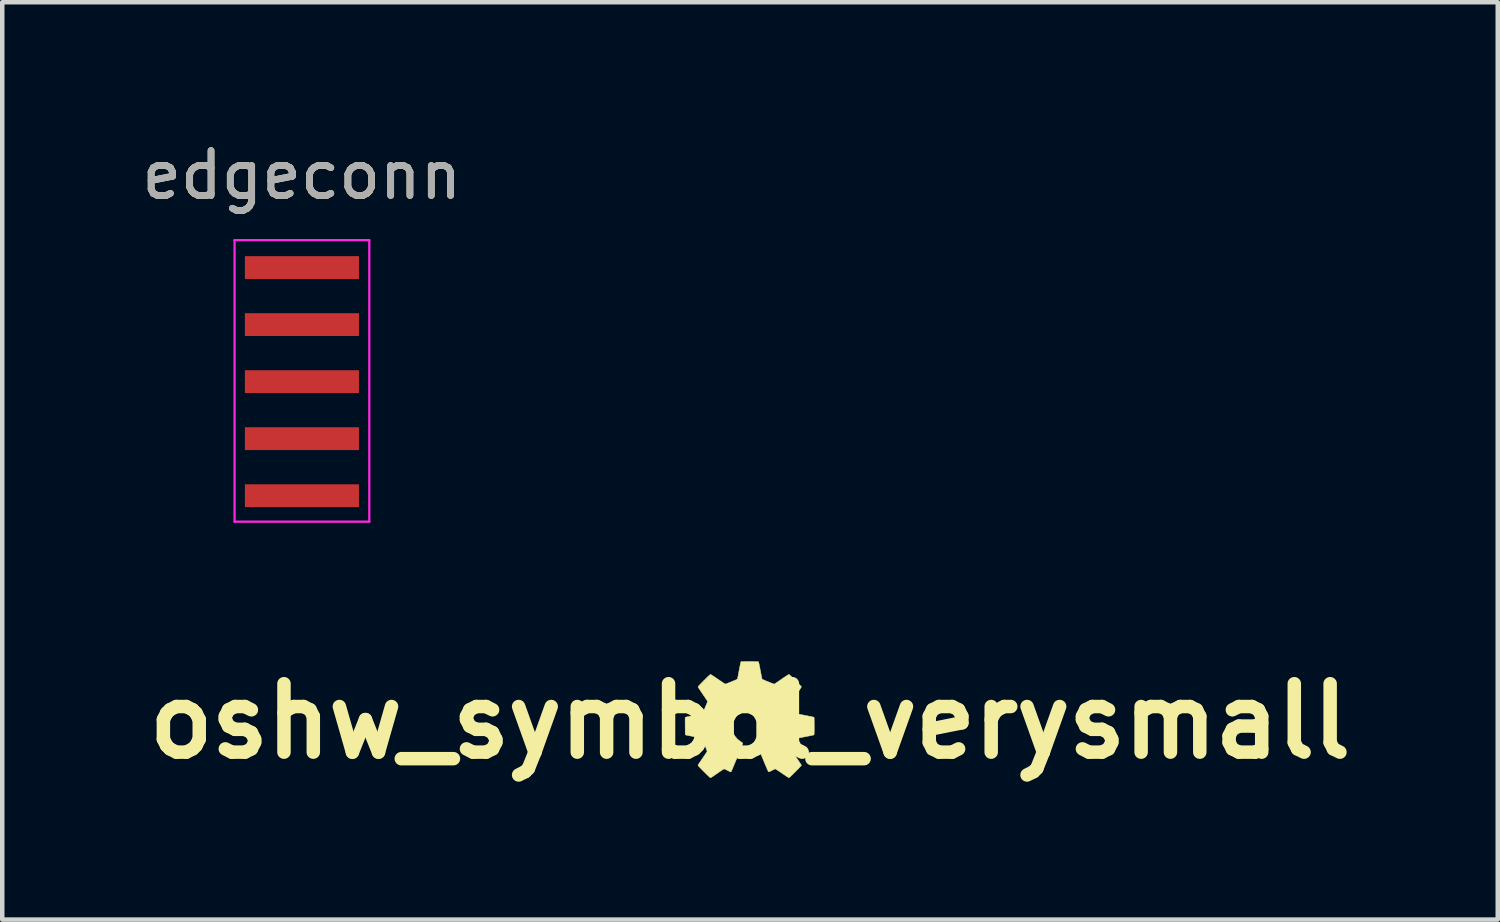
<source format=kicad_pcb>
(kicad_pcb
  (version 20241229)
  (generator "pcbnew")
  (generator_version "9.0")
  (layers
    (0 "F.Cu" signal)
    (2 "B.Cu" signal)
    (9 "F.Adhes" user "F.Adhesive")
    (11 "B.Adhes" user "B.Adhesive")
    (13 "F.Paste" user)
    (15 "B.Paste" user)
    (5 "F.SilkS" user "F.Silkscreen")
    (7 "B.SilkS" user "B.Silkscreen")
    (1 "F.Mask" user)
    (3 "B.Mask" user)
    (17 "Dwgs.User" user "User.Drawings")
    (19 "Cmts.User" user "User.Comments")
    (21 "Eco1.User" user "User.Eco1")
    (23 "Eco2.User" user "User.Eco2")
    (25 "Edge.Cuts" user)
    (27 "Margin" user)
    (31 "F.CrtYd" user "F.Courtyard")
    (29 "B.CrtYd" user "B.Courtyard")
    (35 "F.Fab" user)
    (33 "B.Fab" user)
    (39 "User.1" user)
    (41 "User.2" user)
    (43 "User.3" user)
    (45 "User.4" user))
  (footprint "oshw_symbol_verysmall"
    (layer "F.Cu")
    (at 13.651 13.009)
    (property "Reference" "oshw_symbol_verysmall" (at 0 0 0) (layer "F.SilkS") (effects (font (size 1.524 1.524) (thickness 0.3))))
    (attr through_hole)
    (fp_poly (pts (xy 0.034 -1.328) (xy 0.073 -1.328) (xy 0.109 -1.327) (xy 0.139 -1.327) (xy 0.163 -1.326) (xy 0.179 -1.325) (xy 0.187 -1.324) (xy 0.188 -1.324) (xy 0.19 -1.318) (xy 0.194 -1.304) (xy 0.2 -1.281) (xy 0.206 -1.25) (xy 0.214 -1.213) (xy 0.222 -1.17) (xy 0.23 -1.13) (xy 0.238 -1.088) (xy 0.245 -1.049) (xy 0.252 -1.015) (xy 0.258 -0.985) (xy 0.263 -0.961) (xy 0.267 -0.945) (xy 0.269 -0.936) (xy 0.27 -0.935) (xy 0.276 -0.932) (xy 0.289 -0.926) (xy 0.309 -0.917) (xy 0.333 -0.907) (xy 0.361 -0.895) (xy 0.391 -0.883) (xy 0.421 -0.871) (xy 0.451 -0.859) (xy 0.478 -0.848) (xy 0.502 -0.839) (xy 0.522 -0.832) (xy 0.535 -0.827) (xy 0.541 -0.826) (xy 0.541 -0.826) (xy 0.546 -0.829) (xy 0.558 -0.837) (xy 0.576 -0.849) (xy 0.6 -0.865) (xy 0.628 -0.884) (xy 0.659 -0.906) (xy 0.694 -0.929) (xy 0.702 -0.935) (xy 0.737 -0.959) (xy 0.769 -0.981) (xy 0.798 -1) (xy 0.824 -1.017) (xy 0.844 -1.03) (xy 0.858 -1.038) (xy 0.866 -1.042) (xy 0.866 -1.042) (xy 0.872 -1.039) (xy 0.883 -1.029) (xy 0.899 -1.015) (xy 0.919 -0.996) (xy 0.943 -0.974) (xy 0.968 -0.949) (xy 0.995 -0.922) (xy 1.021 -0.895) (xy 1.048 -0.869) (xy 1.073 -0.843) (xy 1.095 -0.82) (xy 1.115 -0.799) (xy 1.13 -0.783) (xy 1.14 -0.771) (xy 1.144 -0.765) (xy 1.144 -0.764) (xy 1.141 -0.759) (xy 1.134 -0.746) (xy 1.122 -0.727) (xy 1.106 -0.703) (xy 1.087 -0.674) (xy 1.066 -0.643) (xy 1.043 -0.609) (xy 1.042 -0.607) (xy 1.018 -0.573) (xy 0.997 -0.541) (xy 0.977 -0.512) (xy 0.96 -0.488) (xy 0.947 -0.468) (xy 0.939 -0.455) (xy 0.935 -0.448) (xy 0.935 -0.448) (xy 0.934 -0.443) (xy 0.935 -0.436) (xy 0.938 -0.425) (xy 0.944 -0.408) (xy 0.952 -0.387) (xy 0.964 -0.358) (xy 0.979 -0.322) (xy 0.987 -0.303) (xy 1.003 -0.267) (xy 1.017 -0.235) (xy 1.03 -0.208) (xy 1.04 -0.186) (xy 1.048 -0.172) (xy 1.053 -0.165) (xy 1.053 -0.164) (xy 1.06 -0.162) (xy 1.075 -0.159) (xy 1.097 -0.154) (xy 1.125 -0.148) (xy 1.159 -0.142) (xy 1.197 -0.135) (xy 1.237 -0.127) (xy 1.242 -0.126) (xy 1.288 -0.117) (xy 1.329 -0.109) (xy 1.364 -0.102) (xy 1.391 -0.096) (xy 1.411 -0.091) (xy 1.423 -0.088) (xy 1.426 -0.086) (xy 1.427 -0.08) (xy 1.428 -0.065) (xy 1.428 -0.043) (xy 1.429 -0.015) (xy 1.429 0.019) (xy 1.43 0.058) (xy 1.43 0.099) (xy 1.43 0.11) (xy 1.43 0.159) (xy 1.43 0.199) (xy 1.429 0.231) (xy 1.429 0.257) (xy 1.428 0.276) (xy 1.427 0.289) (xy 1.426 0.298) (xy 1.425 0.303) (xy 1.423 0.305) (xy 1.417 0.307) (xy 1.402 0.311) (xy 1.38 0.316) (xy 1.352 0.322) (xy 1.319 0.328) (xy 1.282 0.335) (xy 1.243 0.343) (xy 1.199 0.351) (xy 1.159 0.359) (xy 1.125 0.366) (xy 1.097 0.372) (xy 1.077 0.377) (xy 1.064 0.38) (xy 1.061 0.382) (xy 1.057 0.388) (xy 1.05 0.402) (xy 1.041 0.422) (xy 1.03 0.447) (xy 1.018 0.475) (xy 1.006 0.506) (xy 0.993 0.538) (xy 0.98 0.569) (xy 0.969 0.599) (xy 0.959 0.626) (xy 0.951 0.648) (xy 0.945 0.665) (xy 0.942 0.675) (xy 0.942 0.676) (xy 0.945 0.682) (xy 0.953 0.694) (xy 0.966 0.712) (xy 0.982 0.736) (xy 1.001 0.764) (xy 1.022 0.795) (xy 1.044 0.828) (xy 1.067 0.861) (xy 1.088 0.893) (xy 1.107 0.921) (xy 1.122 0.945) (xy 1.134 0.964) (xy 1.141 0.977) (xy 1.144 0.982) (xy 1.141 0.988) (xy 1.131 0.999) (xy 1.117 1.015) (xy 1.098 1.035) (xy 1.076 1.058) (xy 1.051 1.084) (xy 1.025 1.11) (xy 0.998 1.137) (xy 0.971 1.164) (xy 0.946 1.189) (xy 0.922 1.212) (xy 0.902 1.231) (xy 0.885 1.246) (xy 0.873 1.256) (xy 0.867 1.26) (xy 0.867 1.26) (xy 0.861 1.258) (xy 0.849 1.25) (xy 0.83 1.238) (xy 0.806 1.223) (xy 0.778 1.204) (xy 0.747 1.183) (xy 0.715 1.161) (xy 0.681 1.138) (xy 0.65 1.117) (xy 0.622 1.099) (xy 0.598 1.083) (xy 0.58 1.071) (xy 0.567 1.064) (xy 0.562 1.062) (xy 0.555 1.064) (xy 0.541 1.07) (xy 0.522 1.079) (xy 0.5 1.09) (xy 0.49 1.096) (xy 0.465 1.108) (xy 0.444 1.119) (xy 0.427 1.126) (xy 0.417 1.128) (xy 0.416 1.129) (xy 0.413 1.127) (xy 0.41 1.123) (xy 0.406 1.117) (xy 0.4 1.106) (xy 0.393 1.092) (xy 0.385 1.073) (xy 0.374 1.048) (xy 0.361 1.017) (xy 0.345 0.98) (xy 0.326 0.936) (xy 0.305 0.884) (xy 0.28 0.824) (xy 0.275 0.813) (xy 0.254 0.761) (xy 0.234 0.711) (xy 0.215 0.665) (xy 0.198 0.622) (xy 0.183 0.584) (xy 0.17 0.552) (xy 0.16 0.526) (xy 0.153 0.507) (xy 0.149 0.495) (xy 0.148 0.492) (xy 0.153 0.486) (xy 0.165 0.477) (xy 0.18 0.465) (xy 0.196 0.454) (xy 0.236 0.424) (xy 0.269 0.396) (xy 0.296 0.368) (xy 0.319 0.338) (xy 0.34 0.304) (xy 0.35 0.284) (xy 0.373 0.228) (xy 0.386 0.171) (xy 0.391 0.112) (xy 0.387 0.054) (xy 0.374 -0.003) (xy 0.353 -0.058) (xy 0.323 -0.11) (xy 0.285 -0.158) (xy 0.282 -0.161) (xy 0.237 -0.203) (xy 0.186 -0.236) (xy 0.129 -0.263) (xy 0.102 -0.272) (xy 0.086 -0.277) (xy 0.071 -0.28) (xy 0.054 -0.282) (xy 0.034 -0.283) (xy 0.007 -0.284) (xy -0.007 -0.284) (xy -0.037 -0.283) (xy -0.06 -0.283) (xy -0.078 -0.281) (xy -0.094 -0.278) (xy -0.109 -0.274) (xy -0.116 -0.272) (xy -0.175 -0.249) (xy -0.229 -0.218) (xy -0.277 -0.18) (xy -0.318 -0.135) (xy -0.352 -0.083) (xy -0.361 -0.065) (xy -0.381 -0.021) (xy -0.394 0.022) (xy -0.401 0.065) (xy -0.403 0.111) (xy -0.398 0.174) (xy -0.385 0.233) (xy -0.362 0.289) (xy -0.331 0.34) (xy -0.292 0.386) (xy -0.275 0.403) (xy -0.252 0.421) (xy -0.227 0.441) (xy -0.203 0.458) (xy -0.183 0.472) (xy -0.18 0.473) (xy -0.169 0.482) (xy -0.162 0.491) (xy -0.162 0.492) (xy -0.163 0.498) (xy -0.168 0.513) (xy -0.177 0.536) (xy -0.188 0.566) (xy -0.203 0.603) (xy -0.221 0.647) (xy -0.241 0.697) (xy -0.263 0.752) (xy -0.286 0.806) (xy -0.307 0.858) (xy -0.328 0.907) (xy -0.347 0.953) (xy -0.364 0.995) (xy -0.38 1.032) (xy -0.393 1.063) (xy -0.404 1.089) (xy -0.411 1.107) (xy -0.416 1.118) (xy -0.417 1.12) (xy -0.425 1.128) (xy -0.431 1.129) (xy -0.439 1.127) (xy -0.453 1.121) (xy -0.472 1.112) (xy -0.494 1.101) (xy -0.504 1.095) (xy -0.533 1.08) (xy -0.555 1.07) (xy -0.571 1.064) (xy -0.579 1.063) (xy -0.585 1.066) (xy -0.599 1.074) (xy -0.618 1.086) (xy -0.641 1.101) (xy -0.667 1.119) (xy -0.683 1.13) (xy -0.728 1.161) (xy -0.766 1.187) (xy -0.797 1.208) (xy -0.821 1.225) (xy -0.841 1.238) (xy -0.856 1.247) (xy -0.867 1.254) (xy -0.874 1.258) (xy -0.879 1.26) (xy -0.881 1.26) (xy -0.886 1.257) (xy -0.898 1.248) (xy -0.914 1.233) (xy -0.935 1.213) (xy -0.959 1.19) (xy -0.986 1.163) (xy -1.016 1.134) (xy -1.021 1.128) (xy -1.051 1.099) (xy -1.078 1.071) (xy -1.103 1.046) (xy -1.124 1.024) (xy -1.14 1.007) (xy -1.151 0.995) (xy -1.156 0.988) (xy -1.156 0.988) (xy -1.157 0.985) (xy -1.158 0.982) (xy -1.157 0.978) (xy -1.155 0.973) (xy -1.15 0.965) (xy -1.143 0.954) (xy -1.134 0.939) (xy -1.12 0.919) (xy -1.103 0.894) (xy -1.081 0.862) (xy -1.055 0.823) (xy -1.052 0.82) (xy -1.03 0.787) (xy -1.009 0.756) (xy -0.991 0.729) (xy -0.976 0.705) (xy -0.964 0.688) (xy -0.957 0.676) (xy -0.955 0.671) (xy -0.957 0.665) (xy -0.962 0.651) (xy -0.969 0.63) (xy -0.979 0.604) (xy -0.991 0.574) (xy -1.005 0.54) (xy -1.011 0.523) (xy -1.028 0.481) (xy -1.042 0.447) (xy -1.053 0.421) (xy -1.062 0.402) (xy -1.069 0.389) (xy -1.074 0.381) (xy -1.078 0.378) (xy -1.085 0.376) (xy -1.1 0.373) (xy -1.123 0.368) (xy -1.152 0.362) (xy -1.185 0.356) (xy -1.223 0.349) (xy -1.26 0.342) (xy -1.3 0.334) (xy -1.336 0.327) (xy -1.369 0.321) (xy -1.397 0.315) (xy -1.418 0.31) (xy -1.432 0.307) (xy -1.438 0.305) (xy -1.44 0.302) (xy -1.441 0.295) (xy -1.442 0.284) (xy -1.443 0.269) (xy -1.444 0.247) (xy -1.444 0.218) (xy -1.444 0.182) (xy -1.444 0.137) (xy -1.445 0.109) (xy -1.445 -0.082) (xy -1.434 -0.089) (xy -1.426 -0.091) (xy -1.411 -0.095) (xy -1.388 -0.1) (xy -1.359 -0.106) (xy -1.325 -0.113) (xy -1.287 -0.12) (xy -1.247 -0.128) (xy -1.246 -0.128) (xy -1.205 -0.136) (xy -1.168 -0.143) (xy -1.135 -0.15) (xy -1.106 -0.155) (xy -1.084 -0.16) (xy -1.069 -0.164) (xy -1.063 -0.166) (xy -1.063 -0.167) (xy -1.059 -0.172) (xy -1.053 -0.186) (xy -1.043 -0.206) (xy -1.032 -0.23) (xy -1.02 -0.258) (xy -1.007 -0.288) (xy -0.994 -0.319) (xy -0.981 -0.349) (xy -0.969 -0.377) (xy -0.959 -0.401) (xy -0.952 -0.421) (xy -0.947 -0.434) (xy -0.945 -0.44) (xy -0.948 -0.445) (xy -0.955 -0.458) (xy -0.967 -0.476) (xy -0.983 -0.5) (xy -1.002 -0.529) (xy -1.023 -0.56) (xy -1.046 -0.594) (xy -1.05 -0.6) (xy -1.074 -0.634) (xy -1.095 -0.666) (xy -1.115 -0.695) (xy -1.131 -0.72) (xy -1.144 -0.74) (xy -1.153 -0.754) (xy -1.157 -0.761) (xy -1.157 -0.762) (xy -1.157 -0.766) (xy -1.153 -0.772) (xy -1.145 -0.782) (xy -1.133 -0.796) (xy -1.116 -0.814) (xy -1.094 -0.837) (xy -1.066 -0.865) (xy -1.032 -0.9) (xy -1.025 -0.907) (xy -0.99 -0.941) (xy -0.96 -0.971) (xy -0.933 -0.997) (xy -0.912 -1.017) (xy -0.895 -1.031) (xy -0.885 -1.04) (xy -0.881 -1.042) (xy -0.875 -1.04) (xy -0.862 -1.032) (xy -0.843 -1.02) (xy -0.818 -1.004) (xy -0.79 -0.986) (xy -0.758 -0.964) (xy -0.724 -0.941) (xy -0.72 -0.939) (xy -0.686 -0.915) (xy -0.654 -0.893) (xy -0.625 -0.874) (xy -0.6 -0.857) (xy -0.58 -0.843) (xy -0.566 -0.834) (xy -0.559 -0.83) (xy -0.559 -0.83) (xy -0.555 -0.828) (xy -0.548 -0.829) (xy -0.539 -0.831) (xy -0.526 -0.835) (xy -0.507 -0.842) (xy -0.483 -0.851) (xy -0.451 -0.864) (xy -0.428 -0.873) (xy -0.388 -0.889) (xy -0.356 -0.903) (xy -0.331 -0.913) (xy -0.313 -0.921) (xy -0.3 -0.927) (xy -0.29 -0.932) (xy -0.285 -0.936) (xy -0.281 -0.939) (xy -0.28 -0.943) (xy -0.279 -0.945) (xy -0.277 -0.952) (xy -0.274 -0.967) (xy -0.27 -0.989) (xy -0.264 -1.018) (xy -0.258 -1.052) (xy -0.251 -1.09) (xy -0.243 -1.13) (xy -0.242 -1.134) (xy -0.235 -1.175) (xy -0.227 -1.213) (xy -0.22 -1.247) (xy -0.214 -1.276) (xy -0.209 -1.299) (xy -0.206 -1.314) (xy -0.203 -1.321) (xy -0.203 -1.321) (xy -0.2 -1.323) (xy -0.194 -1.325) (xy -0.184 -1.326) (xy -0.169 -1.327) (xy -0.149 -1.327) (xy -0.122 -1.328) (xy -0.087 -1.328) (xy -0.045 -1.328) (xy -0.008 -1.328) (xy 0.034 -1.328)) (stroke (width 0.01) (type solid)) (fill yes) (layer "F.SilkS")))
  (footprint "edgeconn"
    (layer "F.Cu")
    (at 3.673 2.908)
    (property "Reference" "edgeconn" (at 0 -2.06 0) (layer "F.SilkS") (effects (font (size 1 1) (thickness 0.15))))
    (attr through_hole)
    (fp_line (start -1.5 -0.611) (end -1.5 5.658) (stroke (width 0.05) (type solid)) (layer "F.CrtYd"))
    (fp_line (start -1.5 5.658) (end 1.5 5.658) (stroke (width 0.05) (type solid)) (layer "F.CrtYd"))
    (fp_line (start 1.5 -0.611) (end -1.5 -0.611) (stroke (width 0.05) (type solid)) (layer "F.CrtYd"))
    (fp_line (start 1.5 5.658) (end 1.5 -0.611) (stroke (width 0.05) (type solid)) (layer "F.CrtYd"))
    (fp_text user "${REFERENCE}" (at 0 -2.06 0) (layer "F.Fab") (effects (font (size 1 1) (thickness 0.15))))
    (pad "1" smd rect (at 0 0) (size 2.54 0.508) (layers "F.Cu" "F.Mask" "F.Paste"))
    (pad "2" smd rect (at 0 1.27) (size 2.54 0.508) (layers "F.Cu" "F.Mask" "F.Paste"))
    (pad "3" smd rect (at 0 2.54) (size 2.54 0.508) (layers "F.Cu" "F.Mask" "F.Paste"))
    (pad "4" smd rect (at 0 3.81) (size 2.54 0.508) (layers "F.Cu" "F.Mask" "F.Paste"))
    (pad "5" smd rect (at 0 5.08) (size 2.54 0.508) (layers "F.Cu" "F.Mask" "F.Paste")))
  (gr_rect
    (start -3 -3)
    (end 30.301 17.427)
    (stroke (width 0.1) (type default))
    (fill no)
    (layer "Edge.Cuts")))
</source>
